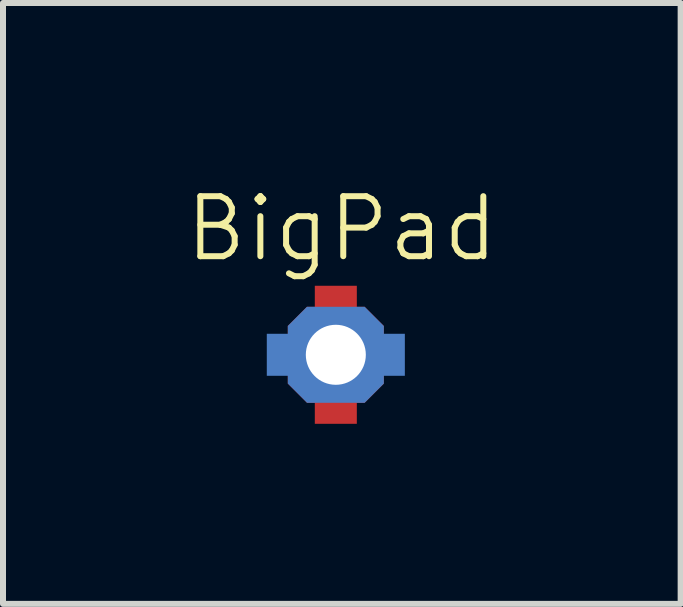
<source format=kicad_pcb>
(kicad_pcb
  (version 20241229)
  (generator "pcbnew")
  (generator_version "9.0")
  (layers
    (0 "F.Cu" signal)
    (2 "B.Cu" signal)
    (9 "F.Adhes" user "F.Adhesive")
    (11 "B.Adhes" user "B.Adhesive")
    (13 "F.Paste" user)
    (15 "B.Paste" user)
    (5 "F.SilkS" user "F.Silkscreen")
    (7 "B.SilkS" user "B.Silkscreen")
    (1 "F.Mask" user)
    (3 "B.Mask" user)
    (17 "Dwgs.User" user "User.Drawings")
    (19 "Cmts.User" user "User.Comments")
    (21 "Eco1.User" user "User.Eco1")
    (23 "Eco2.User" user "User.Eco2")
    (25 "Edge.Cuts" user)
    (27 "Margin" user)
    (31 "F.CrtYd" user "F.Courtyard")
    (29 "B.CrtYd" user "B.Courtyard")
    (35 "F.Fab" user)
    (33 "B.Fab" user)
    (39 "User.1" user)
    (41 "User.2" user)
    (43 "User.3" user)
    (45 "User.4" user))
  (footprint "BigPad"
    (layer "F.Cu")
    (at 2.545 2.861)
    (property "Reference" "BigPad" (at 0.1 -2.1 0) (unlocked yes) (layer "F.SilkS") (effects (font (size 1 1) (thickness 0.1))))
    (attr through_hole)
    (pad "1" smd rect (at 0 0) (size 0.7 2.3) (layers "F.Cu" "F.Mask"))
    (pad "1" smd rect (at 0 0 90) (size 0.7 2.3) (layers "B.Cu" "B.Mask"))
    (pad "1" thru_hole roundrect (at 0 0) (size 1.6 1.6) (drill 1) (layers "*.Cu" "*.Mask") (roundrect_rratio 0) (chamfer_ratio 0.2) (chamfer top_left top_right bottom_left bottom_right)))
  (gr_rect
    (start -3 -3)
    (end 8.29 7.011)
    (stroke (width 0.1) (type default))
    (fill no)
    (layer "Edge.Cuts")))
</source>
